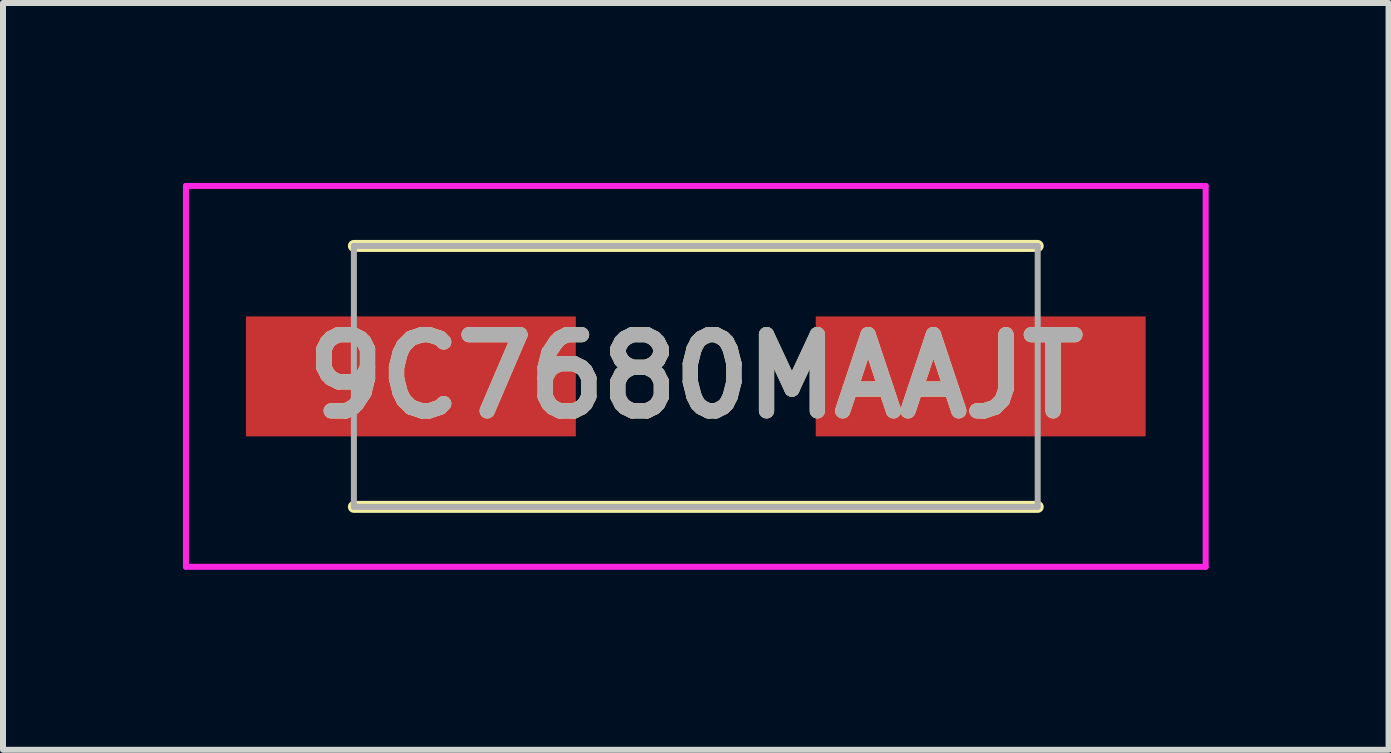
<source format=kicad_pcb>
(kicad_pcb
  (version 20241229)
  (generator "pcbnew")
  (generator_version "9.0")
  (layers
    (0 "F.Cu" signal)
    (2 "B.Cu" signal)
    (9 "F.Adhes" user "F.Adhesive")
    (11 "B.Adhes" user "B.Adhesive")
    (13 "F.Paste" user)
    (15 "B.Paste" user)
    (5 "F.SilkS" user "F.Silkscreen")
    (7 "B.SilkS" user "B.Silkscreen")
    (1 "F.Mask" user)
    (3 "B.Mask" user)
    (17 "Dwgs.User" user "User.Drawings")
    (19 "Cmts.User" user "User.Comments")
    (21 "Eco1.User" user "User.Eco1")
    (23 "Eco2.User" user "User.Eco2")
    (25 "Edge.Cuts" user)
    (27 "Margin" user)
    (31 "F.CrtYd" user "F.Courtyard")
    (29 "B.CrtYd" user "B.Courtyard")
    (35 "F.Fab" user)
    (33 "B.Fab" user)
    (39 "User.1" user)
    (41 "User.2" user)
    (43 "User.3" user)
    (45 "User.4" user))
  (footprint "9C7680MAAJT"
    (layer "F.Cu")
    (at 8.55 3.225)
    (property "Reference" "9C7680MAAJT" (at 0 0 0) (layer "F.SilkS") (effects (font (size 1.27 1.27) (thickness 0.254))))
    (attr smd)
    (fp_line (start -5.7 -2.175) (end 5.7 -2.175) (stroke (width 0.2) (type solid)) (layer "F.SilkS"))
    (fp_line (start -5.7 2.175) (end 5.7 2.175) (stroke (width 0.2) (type solid)) (layer "F.SilkS"))
    (fp_line (start -8.5 -3.175) (end 8.5 -3.175) (stroke (width 0.1) (type solid)) (layer "F.CrtYd"))
    (fp_line (start -8.5 3.175) (end -8.5 -3.175) (stroke (width 0.1) (type solid)) (layer "F.CrtYd"))
    (fp_line (start 8.5 -3.175) (end 8.5 3.175) (stroke (width 0.1) (type solid)) (layer "F.CrtYd"))
    (fp_line (start 8.5 3.175) (end -8.5 3.175) (stroke (width 0.1) (type solid)) (layer "F.CrtYd"))
    (fp_line (start -5.7 -2.175) (end 5.7 -2.175) (stroke (width 0.1) (type solid)) (layer "F.Fab"))
    (fp_line (start -5.7 2.175) (end -5.7 -2.175) (stroke (width 0.1) (type solid)) (layer "F.Fab"))
    (fp_line (start 5.7 -2.175) (end 5.7 2.175) (stroke (width 0.1) (type solid)) (layer "F.Fab"))
    (fp_line (start 5.7 2.175) (end -5.7 2.175) (stroke (width 0.1) (type solid)) (layer "F.Fab"))
    (fp_text user "${REFERENCE}" (at 0 0 0) (layer "F.Fab") (effects (font (size 1.27 1.27) (thickness 0.254))))
    (pad "1" smd rect (at -4.75 0 90) (size 2 5.5) (layers "F.Cu" "F.Mask" "F.Paste"))
    (pad "2" smd rect (at 4.75 0 90) (size 2 5.5) (layers "F.Cu" "F.Mask" "F.Paste")))
  (gr_rect
    (start -3 -3)
    (end 20.1 9.45)
    (stroke (width 0.1) (type default))
    (fill no)
    (layer "Edge.Cuts")))
</source>
